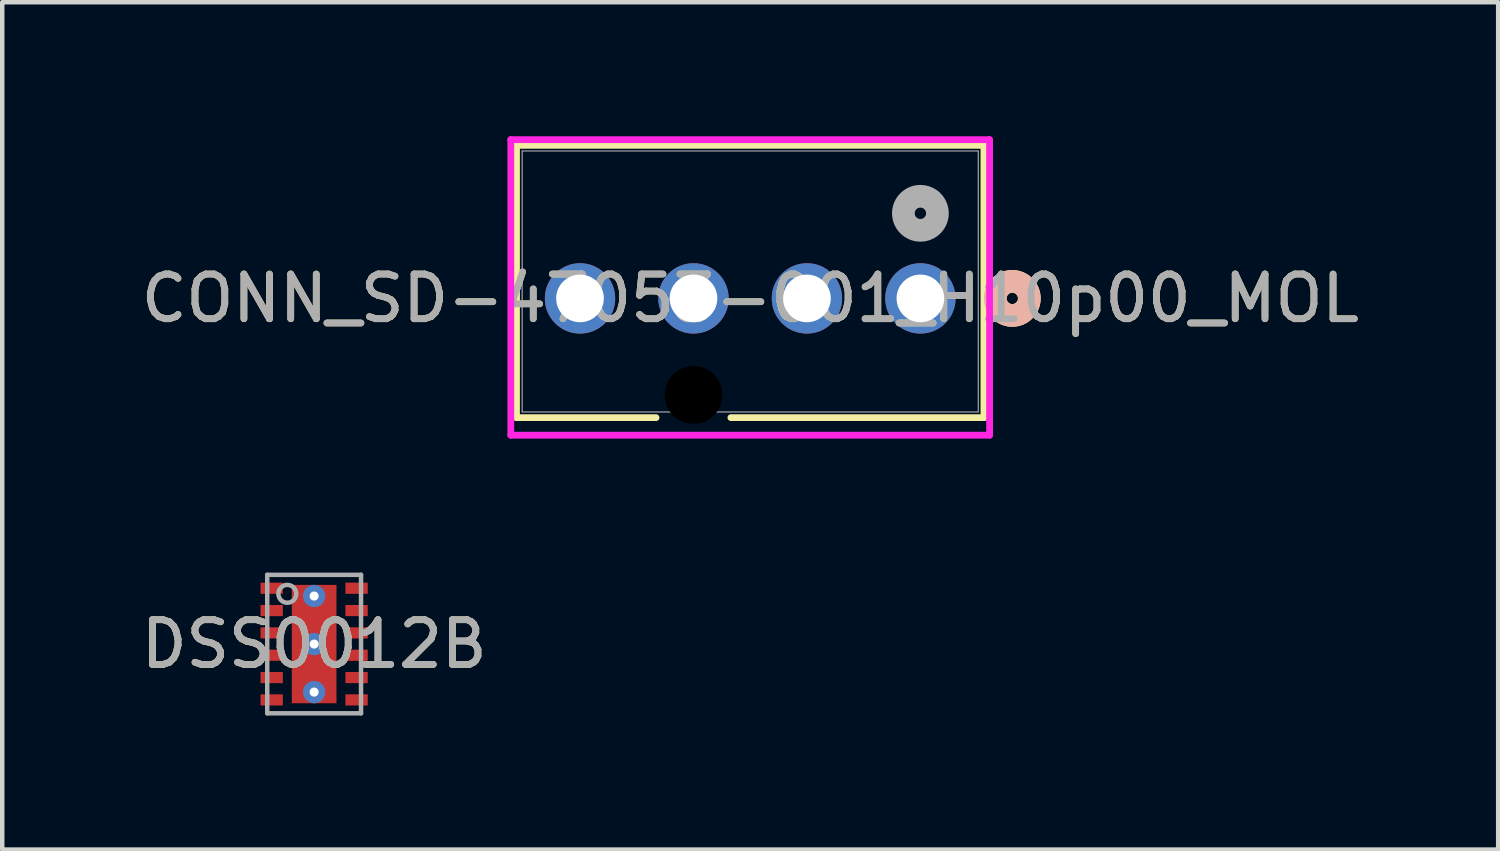
<source format=kicad_pcb>
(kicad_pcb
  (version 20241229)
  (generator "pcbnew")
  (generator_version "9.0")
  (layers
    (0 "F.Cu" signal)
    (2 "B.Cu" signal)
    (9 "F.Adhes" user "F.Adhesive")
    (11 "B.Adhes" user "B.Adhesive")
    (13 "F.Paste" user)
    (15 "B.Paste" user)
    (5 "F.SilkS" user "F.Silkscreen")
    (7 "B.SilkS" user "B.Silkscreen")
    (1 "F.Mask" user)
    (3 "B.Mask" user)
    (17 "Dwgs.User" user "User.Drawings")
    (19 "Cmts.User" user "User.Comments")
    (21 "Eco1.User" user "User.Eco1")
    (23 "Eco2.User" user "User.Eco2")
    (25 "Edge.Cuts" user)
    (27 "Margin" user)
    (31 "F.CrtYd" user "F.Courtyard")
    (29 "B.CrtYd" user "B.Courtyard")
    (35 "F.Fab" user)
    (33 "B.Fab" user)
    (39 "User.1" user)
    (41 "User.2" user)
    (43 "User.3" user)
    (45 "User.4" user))
  (footprint "DSS0012B"
    (layer "F.Cu")
    (at 3.982 11.368)
    (property "Reference" "DSS0012B" (at 0 0 0) (unlocked yes) (layer "F.SilkS") (effects (font (size 1 1) (thickness 0.15))))
    (attr smd)
    (fp_poly (pts (xy -0.475 -0.15) (xy -0.475 -1.22) (xy -0.425 -1.27) (xy 0.425 -1.27) (xy 0.475 -1.22) (xy 0.475 -0.15) (xy 0.425 -0.1) (xy -0.425 -0.1)) (stroke (width 0) (type solid)) (fill yes) (layer "F.Paste"))
    (fp_poly (pts (xy -0.475 0.15) (xy -0.475 1.22) (xy -0.425 1.27) (xy 0.425 1.27) (xy 0.475 1.22) (xy 0.475 0.15) (xy 0.425 0.1) (xy -0.425 0.1)) (stroke (width 0) (type solid)) (fill yes) (layer "F.Paste"))
    (fp_line (start -1.05 -1.55) (end 1.05 -1.55) (stroke (width 0.1) (type solid)) (layer "F.Fab"))
    (fp_line (start -1.05 1.55) (end -1.05 -1.55) (stroke (width 0.1) (type solid)) (layer "F.Fab"))
    (fp_line (start -1.05 1.55) (end 1.05 1.55) (stroke (width 0.1) (type solid)) (layer "F.Fab"))
    (fp_line (start 1.05 1.55) (end 1.05 -1.55) (stroke (width 0.1) (type solid)) (layer "F.Fab"))
    (fp_circle (center -0.6 -1.125) (end -0.4 -1.125) (stroke (width 0.1) (type solid)) (fill no) (layer "F.Fab"))
    (fp_text user "${REFERENCE}" (at 0 0 0) (unlocked yes) (layer "F.Fab") (effects (font (size 1 1) (thickness 0.15))))
    (pad "1" smd rect (at -0.95 -1.25 90) (size 0.25 0.5) (layers "F.Cu" "F.Mask" "F.Paste"))
    (pad "2" smd rect (at -0.95 -0.75 90) (size 0.25 0.5) (layers "F.Cu" "F.Mask" "F.Paste"))
    (pad "3" smd rect (at -0.95 -0.25 90) (size 0.25 0.5) (layers "F.Cu" "F.Mask" "F.Paste"))
    (pad "4" smd rect (at -0.95 0.25 90) (size 0.25 0.5) (layers "F.Cu" "F.Mask" "F.Paste"))
    (pad "5" smd rect (at -0.95 0.75 90) (size 0.25 0.5) (layers "F.Cu" "F.Mask" "F.Paste"))
    (pad "6" smd rect (at -0.95 1.25 90) (size 0.25 0.5) (layers "F.Cu" "F.Mask" "F.Paste"))
    (pad "7" smd rect (at 0.95 1.25 90) (size 0.25 0.5) (layers "F.Cu" "F.Mask" "F.Paste"))
    (pad "8" smd rect (at 0.95 0.75 90) (size 0.25 0.5) (layers "F.Cu" "F.Mask" "F.Paste"))
    (pad "9" smd rect (at 0.95 0.25 90) (size 0.25 0.5) (layers "F.Cu" "F.Mask" "F.Paste"))
    (pad "10" smd rect (at 0.95 -0.25 90) (size 0.25 0.5) (layers "F.Cu" "F.Mask" "F.Paste"))
    (pad "11" smd rect (at 0.95 -0.75 90) (size 0.25 0.5) (layers "F.Cu" "F.Mask" "F.Paste"))
    (pad "12" smd rect (at 0.95 -1.25 90) (size 0.25 0.5) (layers "F.Cu" "F.Mask" "F.Paste"))
    (pad "13" smd rect (at 0.000003 0) (size 1 2.65) (layers "F.Cu" "F.Mask" "F.Paste"))
    (pad "V" thru_hole circle (at 0 -1.075) (size 0.5 0.5) (drill 0.203) (layers "*.Cu" "*.Mask"))
    (pad "V" thru_hole circle (at 0 0) (size 0.5 0.5) (drill 0.203) (layers "*.Cu" "*.Mask"))
    (pad "V" thru_hole circle (at 0 1.075) (size 0.5 0.5) (drill 0.203) (layers "*.Cu" "*.Mask")))
  (footprint "CONN_SD-47053-001_H10p00_MOL"
    (layer "F.Cu")
    (at 17.554 3.63)
    (property "Reference" "CONN_SD-47053-001_H10p00_MOL" (at -3.81 0 0) (unlocked yes) (layer "F.SilkS") (effects (font (size 1 1) (thickness 0.15))))
    (attr through_hole)
    (fp_line (start -9.042 -3.427) (end -9.042 2.669) (stroke (width 0.152) (type solid)) (layer "F.SilkS"))
    (fp_line (start -9.042 2.669) (end -5.918 2.669) (stroke (width 0.152) (type solid)) (layer "F.SilkS"))
    (fp_line (start -4.242 2.669) (end 1.422 2.669) (stroke (width 0.152) (type solid)) (layer "F.SilkS"))
    (fp_line (start 1.422 -3.427) (end -9.042 -3.427) (stroke (width 0.152) (type solid)) (layer "F.SilkS"))
    (fp_line (start 1.422 2.669) (end 1.422 -3.427) (stroke (width 0.152) (type solid)) (layer "F.SilkS"))
    (fp_circle (center 2.057 0) (end 2.438 0) (stroke (width 0.508) (type solid)) (fill no) (layer "F.SilkS"))
    (fp_circle (center 2.057 0) (end 2.438 0) (stroke (width 0.508) (type solid)) (fill no) (layer "B.SilkS"))
    (fp_line (start -9.169 -3.554) (end -9.169 3.062) (stroke (width 0.152) (type solid)) (layer "F.CrtYd"))
    (fp_line (start -9.169 3.062) (end 1.549 3.062) (stroke (width 0.152) (type solid)) (layer "F.CrtYd"))
    (fp_line (start 1.549 -3.554) (end -9.169 -3.554) (stroke (width 0.152) (type solid)) (layer "F.CrtYd"))
    (fp_line (start 1.549 3.062) (end 1.549 -3.554) (stroke (width 0.152) (type solid)) (layer "F.CrtYd"))
    (fp_line (start -8.915 -3.3) (end -8.915 2.542) (stroke (width 0.025) (type solid)) (layer "F.Fab"))
    (fp_line (start -8.915 2.542) (end 1.295 2.542) (stroke (width 0.025) (type solid)) (layer "F.Fab"))
    (fp_line (start 1.295 -3.3) (end -8.915 -3.3) (stroke (width 0.025) (type solid)) (layer "F.Fab"))
    (fp_line (start 1.295 2.542) (end 1.295 -3.3) (stroke (width 0.025) (type solid)) (layer "F.Fab"))
    (fp_circle (center 0 -1.905) (end 0.381 -1.905) (stroke (width 0.508) (type solid)) (fill no) (layer "F.Fab"))
    (fp_text user "${REFERENCE}" (at -3.81 0 0) (unlocked yes) (layer "F.Fab") (effects (font (size 1 1) (thickness 0.15))))
    (pad "" np_thru_hole circle (at -5.08 2.16) (size 1.295 1.295) (drill 1.295) (layers))
    (pad "1" thru_hole circle (at 0 0) (size 1.575 1.575) (drill 1.067) (layers "*.Cu" "*.Mask"))
    (pad "2" thru_hole circle (at -2.54 0) (size 1.575 1.575) (drill 1.067) (layers "*.Cu" "*.Mask"))
    (pad "3" thru_hole circle (at -5.08 0) (size 1.575 1.575) (drill 1.067) (layers "*.Cu" "*.Mask"))
    (pad "4" thru_hole circle (at -7.62 0) (size 1.575 1.575) (drill 1.067) (layers "*.Cu" "*.Mask")))
  (gr_rect
    (start -3 -3)
    (end 30.488 15.968)
    (stroke (width 0.1) (type default))
    (fill no)
    (layer "Edge.Cuts")))
</source>
